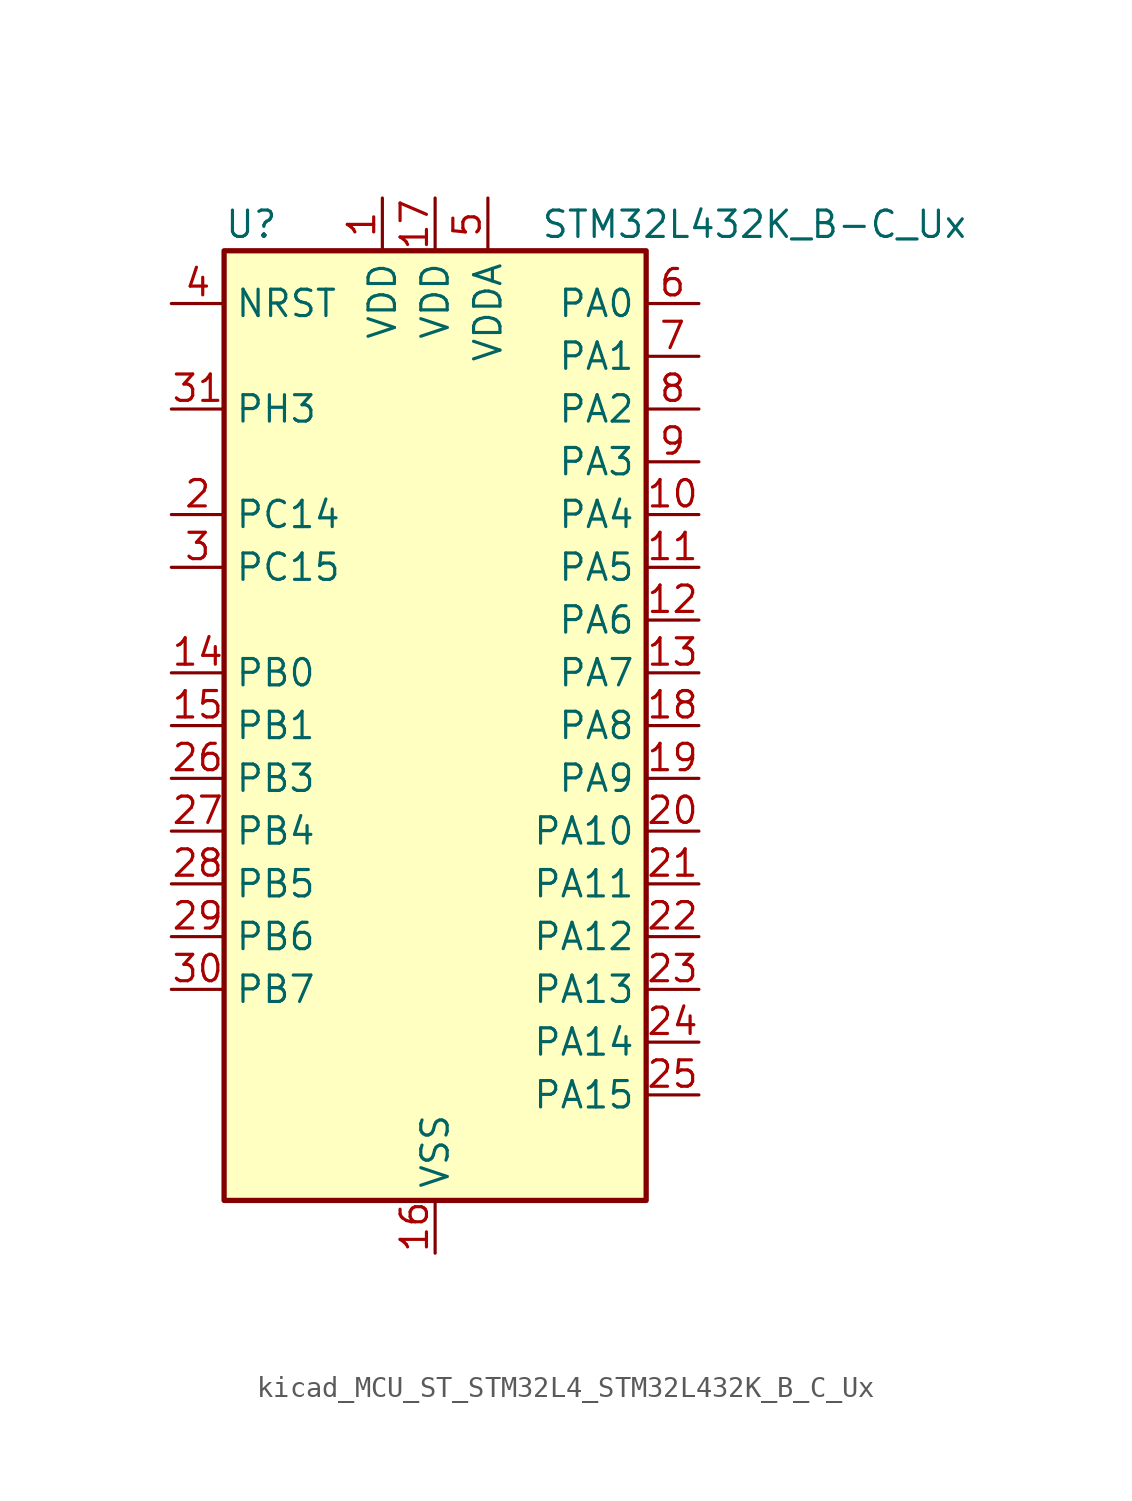
<source format=kicad_sym>
(kicad_symbol_lib
  (version 20220914)
  (generator kicad_symbol_editor)
  (symbol "kicad_MCU_ST_STM32L4_STM32L432K_B_C_Ux"
    (property "Reference" "U"
      (at -10.16 24.13 0)
      (effects (font (size 1.27 1.27)) (justify left)))
    (property "Value" "STM32L432K_B-C_Ux"
      (at 5.08 24.13 0)
      (effects (font (size 1.27 1.27)) (justify left)))
    (property "ki_locked" ""
      (at 0 0 0)
      (effects (font (size 1.27 1.27))))
    (symbol "kicad_MCU_ST_STM32L4_STM32L432K_B_C_Ux_0_1"
      (rectangle (start -10.16 -22.86) (end 10.16 22.86) (stroke (width 0.254) (type default)) (fill (type background))))
    (symbol "kicad_MCU_ST_STM32L4_STM32L432K_B_C_Ux_1_1"
      (pin power_in line (at -2.54 25.4 270) (length 2.54) (name "VDD" (effects (font (size 1.27 1.27)))) (number "1" (effects (font (size 1.27 1.27)))))
      (pin bidirectional line (at 12.7 10.16 180) (length 2.54) (name "PA4" (effects (font (size 1.27 1.27)))) (number "10" (effects (font (size 1.27 1.27)))) (alternate "ADC1_IN9" bidirectional line) (alternate "COMP1_INM" bidirectional line) (alternate "COMP2_INM" bidirectional line) (alternate "DAC1_OUT1" bidirectional line) (alternate "LPTIM2_OUT" bidirectional line) (alternate "SAI1_FS_B" bidirectional line) (alternate "SPI1_NSS" bidirectional line) (alternate "SPI3_NSS" bidirectional line) (alternate "USART2_CK" bidirectional line))
      (pin bidirectional line (at 12.7 7.62 180) (length 2.54) (name "PA5" (effects (font (size 1.27 1.27)))) (number "11" (effects (font (size 1.27 1.27)))) (alternate "ADC1_IN10" bidirectional line) (alternate "COMP1_INM" bidirectional line) (alternate "COMP2_INM" bidirectional line) (alternate "DAC1_OUT2" bidirectional line) (alternate "LPTIM2_ETR" bidirectional line) (alternate "SPI1_SCK" bidirectional line) (alternate "TIM2_CH1" bidirectional line) (alternate "TIM2_ETR" bidirectional line))
      (pin bidirectional line (at 12.7 5.08 180) (length 2.54) (name "PA6" (effects (font (size 1.27 1.27)))) (number "12" (effects (font (size 1.27 1.27)))) (alternate "ADC1_IN11" bidirectional line) (alternate "COMP1_OUT" bidirectional line) (alternate "LPUART1_CTS" bidirectional line) (alternate "QUADSPI_BK1_IO3" bidirectional line) (alternate "SPI1_MISO" bidirectional line) (alternate "TIM16_CH1" bidirectional line) (alternate "TIM1_BKIN" bidirectional line) (alternate "TIM1_BKIN_COMP2" bidirectional line))
      (pin bidirectional line (at 12.7 2.54 180) (length 2.54) (name "PA7" (effects (font (size 1.27 1.27)))) (number "13" (effects (font (size 1.27 1.27)))) (alternate "ADC1_IN12" bidirectional line) (alternate "COMP2_OUT" bidirectional line) (alternate "I2C3_SCL" bidirectional line) (alternate "QUADSPI_BK1_IO2" bidirectional line) (alternate "SPI1_MOSI" bidirectional line) (alternate "TIM1_CH1N" bidirectional line))
      (pin bidirectional line (at -12.7 2.54 0) (length 2.54) (name "PB0" (effects (font (size 1.27 1.27)))) (number "14" (effects (font (size 1.27 1.27)))) (alternate "ADC1_IN15" bidirectional line) (alternate "COMP1_OUT" bidirectional line) (alternate "QUADSPI_BK1_IO1" bidirectional line) (alternate "SAI1_EXTCLK" bidirectional line) (alternate "SPI1_NSS" bidirectional line) (alternate "TIM1_CH2N" bidirectional line))
      (pin bidirectional line (at -12.7 0 0) (length 2.54) (name "PB1" (effects (font (size 1.27 1.27)))) (number "15" (effects (font (size 1.27 1.27)))) (alternate "ADC1_IN16" bidirectional line) (alternate "COMP1_INM" bidirectional line) (alternate "LPTIM2_IN1" bidirectional line) (alternate "LPUART1_DE" bidirectional line) (alternate "LPUART1_RTS" bidirectional line) (alternate "QUADSPI_BK1_IO0" bidirectional line) (alternate "TIM1_CH3N" bidirectional line))
      (pin power_in line (at 0 -25.4 90) (length 2.54) (name "VSS" (effects (font (size 1.27 1.27)))) (number "16" (effects (font (size 1.27 1.27)))))
      (pin power_in line (at 0 25.4 270) (length 2.54) (name "VDD" (effects (font (size 1.27 1.27)))) (number "17" (effects (font (size 1.27 1.27)))))
      (pin bidirectional line (at 12.7 0 180) (length 2.54) (name "PA8" (effects (font (size 1.27 1.27)))) (number "18" (effects (font (size 1.27 1.27)))) (alternate "LPTIM2_OUT" bidirectional line) (alternate "RCC_MCO" bidirectional line) (alternate "SAI1_SCK_A" bidirectional line) (alternate "SWPMI1_IO" bidirectional line) (alternate "TIM1_CH1" bidirectional line) (alternate "USART1_CK" bidirectional line))
      (pin bidirectional line (at 12.7 -2.54 180) (length 2.54) (name "PA9" (effects (font (size 1.27 1.27)))) (number "19" (effects (font (size 1.27 1.27)))) (alternate "DAC1_EXTI9" bidirectional line) (alternate "I2C1_SCL" bidirectional line) (alternate "SAI1_FS_A" bidirectional line) (alternate "TIM15_BKIN" bidirectional line) (alternate "TIM1_CH2" bidirectional line) (alternate "USART1_TX" bidirectional line))
      (pin bidirectional line (at -12.7 10.16 0) (length 2.54) (name "PC14" (effects (font (size 1.27 1.27)))) (number "2" (effects (font (size 1.27 1.27)))) (alternate "RCC_OSC32_IN" bidirectional line))
      (pin bidirectional line (at 12.7 -5.08 180) (length 2.54) (name "PA10" (effects (font (size 1.27 1.27)))) (number "20" (effects (font (size 1.27 1.27)))) (alternate "CRS_SYNC" bidirectional line) (alternate "I2C1_SDA" bidirectional line) (alternate "SAI1_SD_A" bidirectional line) (alternate "TIM1_CH3" bidirectional line) (alternate "USART1_RX" bidirectional line))
      (pin bidirectional line (at 12.7 -7.62 180) (length 2.54) (name "PA11" (effects (font (size 1.27 1.27)))) (number "21" (effects (font (size 1.27 1.27)))) (alternate "ADC1_EXTI11" bidirectional line) (alternate "CAN1_RX" bidirectional line) (alternate "COMP1_OUT" bidirectional line) (alternate "SPI1_MISO" bidirectional line) (alternate "TIM1_BKIN2" bidirectional line) (alternate "TIM1_BKIN2_COMP1" bidirectional line) (alternate "TIM1_CH4" bidirectional line) (alternate "USART1_CTS" bidirectional line) (alternate "USB_DM" bidirectional line))
      (pin bidirectional line (at 12.7 -10.16 180) (length 2.54) (name "PA12" (effects (font (size 1.27 1.27)))) (number "22" (effects (font (size 1.27 1.27)))) (alternate "CAN1_TX" bidirectional line) (alternate "SPI1_MOSI" bidirectional line) (alternate "TIM1_ETR" bidirectional line) (alternate "USART1_DE" bidirectional line) (alternate "USART1_RTS" bidirectional line) (alternate "USB_DP" bidirectional line))
      (pin bidirectional line (at 12.7 -12.7 180) (length 2.54) (name "PA13" (effects (font (size 1.27 1.27)))) (number "23" (effects (font (size 1.27 1.27)))) (alternate "IR_OUT" bidirectional line) (alternate "SAI1_SD_B" bidirectional line) (alternate "SWPMI1_TX" bidirectional line) (alternate "SYS_JTMS-SWDIO" bidirectional line) (alternate "USB_NOE" bidirectional line))
      (pin bidirectional line (at 12.7 -15.24 180) (length 2.54) (name "PA14" (effects (font (size 1.27 1.27)))) (number "24" (effects (font (size 1.27 1.27)))) (alternate "I2C1_SMBA" bidirectional line) (alternate "LPTIM1_OUT" bidirectional line) (alternate "SAI1_FS_B" bidirectional line) (alternate "SWPMI1_RX" bidirectional line) (alternate "SYS_JTCK-SWCLK" bidirectional line))
      (pin bidirectional line (at 12.7 -17.78 180) (length 2.54) (name "PA15" (effects (font (size 1.27 1.27)))) (number "25" (effects (font (size 1.27 1.27)))) (alternate "ADC1_EXTI15" bidirectional line) (alternate "SPI1_NSS" bidirectional line) (alternate "SPI3_NSS" bidirectional line) (alternate "SWPMI1_SUSPEND" bidirectional line) (alternate "SYS_JTDI" bidirectional line) (alternate "TIM2_CH1" bidirectional line) (alternate "TIM2_ETR" bidirectional line) (alternate "USART2_RX" bidirectional line))
      (pin bidirectional line (at -12.7 -2.54 0) (length 2.54) (name "PB3" (effects (font (size 1.27 1.27)))) (number "26" (effects (font (size 1.27 1.27)))) (alternate "COMP2_INM" bidirectional line) (alternate "SAI1_SCK_B" bidirectional line) (alternate "SPI1_SCK" bidirectional line) (alternate "SPI3_SCK" bidirectional line) (alternate "SYS_JTDO-SWO" bidirectional line) (alternate "TIM2_CH2" bidirectional line) (alternate "USART1_DE" bidirectional line) (alternate "USART1_RTS" bidirectional line))
      (pin bidirectional line (at -12.7 -5.08 0) (length 2.54) (name "PB4" (effects (font (size 1.27 1.27)))) (number "27" (effects (font (size 1.27 1.27)))) (alternate "COMP2_INP" bidirectional line) (alternate "I2C3_SDA" bidirectional line) (alternate "SAI1_MCLK_B" bidirectional line) (alternate "SPI1_MISO" bidirectional line) (alternate "SPI3_MISO" bidirectional line) (alternate "SYS_JTRST" bidirectional line) (alternate "TSC_G2_IO1" bidirectional line) (alternate "USART1_CTS" bidirectional line))
      (pin bidirectional line (at -12.7 -7.62 0) (length 2.54) (name "PB5" (effects (font (size 1.27 1.27)))) (number "28" (effects (font (size 1.27 1.27)))) (alternate "COMP2_OUT" bidirectional line) (alternate "I2C1_SMBA" bidirectional line) (alternate "LPTIM1_IN1" bidirectional line) (alternate "SAI1_SD_B" bidirectional line) (alternate "SPI1_MOSI" bidirectional line) (alternate "SPI3_MOSI" bidirectional line) (alternate "TIM16_BKIN" bidirectional line) (alternate "TSC_G2_IO2" bidirectional line) (alternate "USART1_CK" bidirectional line))
      (pin bidirectional line (at -12.7 -10.16 0) (length 2.54) (name "PB6" (effects (font (size 1.27 1.27)))) (number "29" (effects (font (size 1.27 1.27)))) (alternate "COMP2_INP" bidirectional line) (alternate "I2C1_SCL" bidirectional line) (alternate "LPTIM1_ETR" bidirectional line) (alternate "SAI1_FS_B" bidirectional line) (alternate "TIM16_CH1N" bidirectional line) (alternate "TSC_G2_IO3" bidirectional line) (alternate "USART1_TX" bidirectional line))
      (pin bidirectional line (at -12.7 7.62 0) (length 2.54) (name "PC15" (effects (font (size 1.27 1.27)))) (number "3" (effects (font (size 1.27 1.27)))) (alternate "ADC1_EXTI15" bidirectional line) (alternate "RCC_OSC32_OUT" bidirectional line))
      (pin bidirectional line (at -12.7 -12.7 0) (length 2.54) (name "PB7" (effects (font (size 1.27 1.27)))) (number "30" (effects (font (size 1.27 1.27)))) (alternate "COMP2_INM" bidirectional line) (alternate "I2C1_SDA" bidirectional line) (alternate "LPTIM1_IN2" bidirectional line) (alternate "SYS_PVD_IN" bidirectional line) (alternate "TSC_G2_IO4" bidirectional line) (alternate "USART1_RX" bidirectional line))
      (pin bidirectional line (at -12.7 15.24 0) (length 2.54) (name "PH3" (effects (font (size 1.27 1.27)))) (number "31" (effects (font (size 1.27 1.27)))))
      (pin passive line (at 0 -25.4 90) (length 2.54) hide (name "VSS" (effects (font (size 1.27 1.27)))) (number "32" (effects (font (size 1.27 1.27)))))
      (pin passive line (at 0 -25.4 90) (length 2.54) hide (name "VSS" (effects (font (size 1.27 1.27)))) (number "33" (effects (font (size 1.27 1.27)))))
      (pin input line (at -12.7 20.32 0) (length 2.54) (name "NRST" (effects (font (size 1.27 1.27)))) (number "4" (effects (font (size 1.27 1.27)))))
      (pin power_in line (at 2.54 25.4 270) (length 2.54) (name "VDDA" (effects (font (size 1.27 1.27)))) (number "5" (effects (font (size 1.27 1.27)))))
      (pin bidirectional line (at 12.7 20.32 180) (length 2.54) (name "PA0" (effects (font (size 1.27 1.27)))) (number "6" (effects (font (size 1.27 1.27)))) (alternate "ADC1_IN5" bidirectional line) (alternate "COMP1_INM" bidirectional line) (alternate "COMP1_OUT" bidirectional line) (alternate "OPAMP1_VINP" bidirectional line) (alternate "RCC_CK_IN" bidirectional line) (alternate "RTC_TAMP2" bidirectional line) (alternate "SAI1_EXTCLK" bidirectional line) (alternate "SYS_WKUP1" bidirectional line) (alternate "TIM2_CH1" bidirectional line) (alternate "TIM2_ETR" bidirectional line) (alternate "USART2_CTS" bidirectional line))
      (pin bidirectional line (at 12.7 17.78 180) (length 2.54) (name "PA1" (effects (font (size 1.27 1.27)))) (number "7" (effects (font (size 1.27 1.27)))) (alternate "ADC1_IN6" bidirectional line) (alternate "COMP1_INP" bidirectional line) (alternate "I2C1_SMBA" bidirectional line) (alternate "OPAMP1_VINM" bidirectional line) (alternate "SPI1_SCK" bidirectional line) (alternate "TIM15_CH1N" bidirectional line) (alternate "TIM2_CH2" bidirectional line) (alternate "USART2_DE" bidirectional line) (alternate "USART2_RTS" bidirectional line))
      (pin bidirectional line (at 12.7 15.24 180) (length 2.54) (name "PA2" (effects (font (size 1.27 1.27)))) (number "8" (effects (font (size 1.27 1.27)))) (alternate "ADC1_IN7" bidirectional line) (alternate "COMP2_INM" bidirectional line) (alternate "COMP2_OUT" bidirectional line) (alternate "LPUART1_TX" bidirectional line) (alternate "QUADSPI_BK1_NCS" bidirectional line) (alternate "RCC_LSCO" bidirectional line) (alternate "SYS_WKUP4" bidirectional line) (alternate "TIM15_CH1" bidirectional line) (alternate "TIM2_CH3" bidirectional line) (alternate "USART2_TX" bidirectional line))
      (pin bidirectional line (at 12.7 12.7 180) (length 2.54) (name "PA3" (effects (font (size 1.27 1.27)))) (number "9" (effects (font (size 1.27 1.27)))) (alternate "ADC1_IN8" bidirectional line) (alternate "COMP2_INP" bidirectional line) (alternate "LPUART1_RX" bidirectional line) (alternate "OPAMP1_VOUT" bidirectional line) (alternate "QUADSPI_CLK" bidirectional line) (alternate "SAI1_MCLK_A" bidirectional line) (alternate "TIM15_CH2" bidirectional line) (alternate "TIM2_CH4" bidirectional line) (alternate "USART2_RX" bidirectional line)))))
</source>
